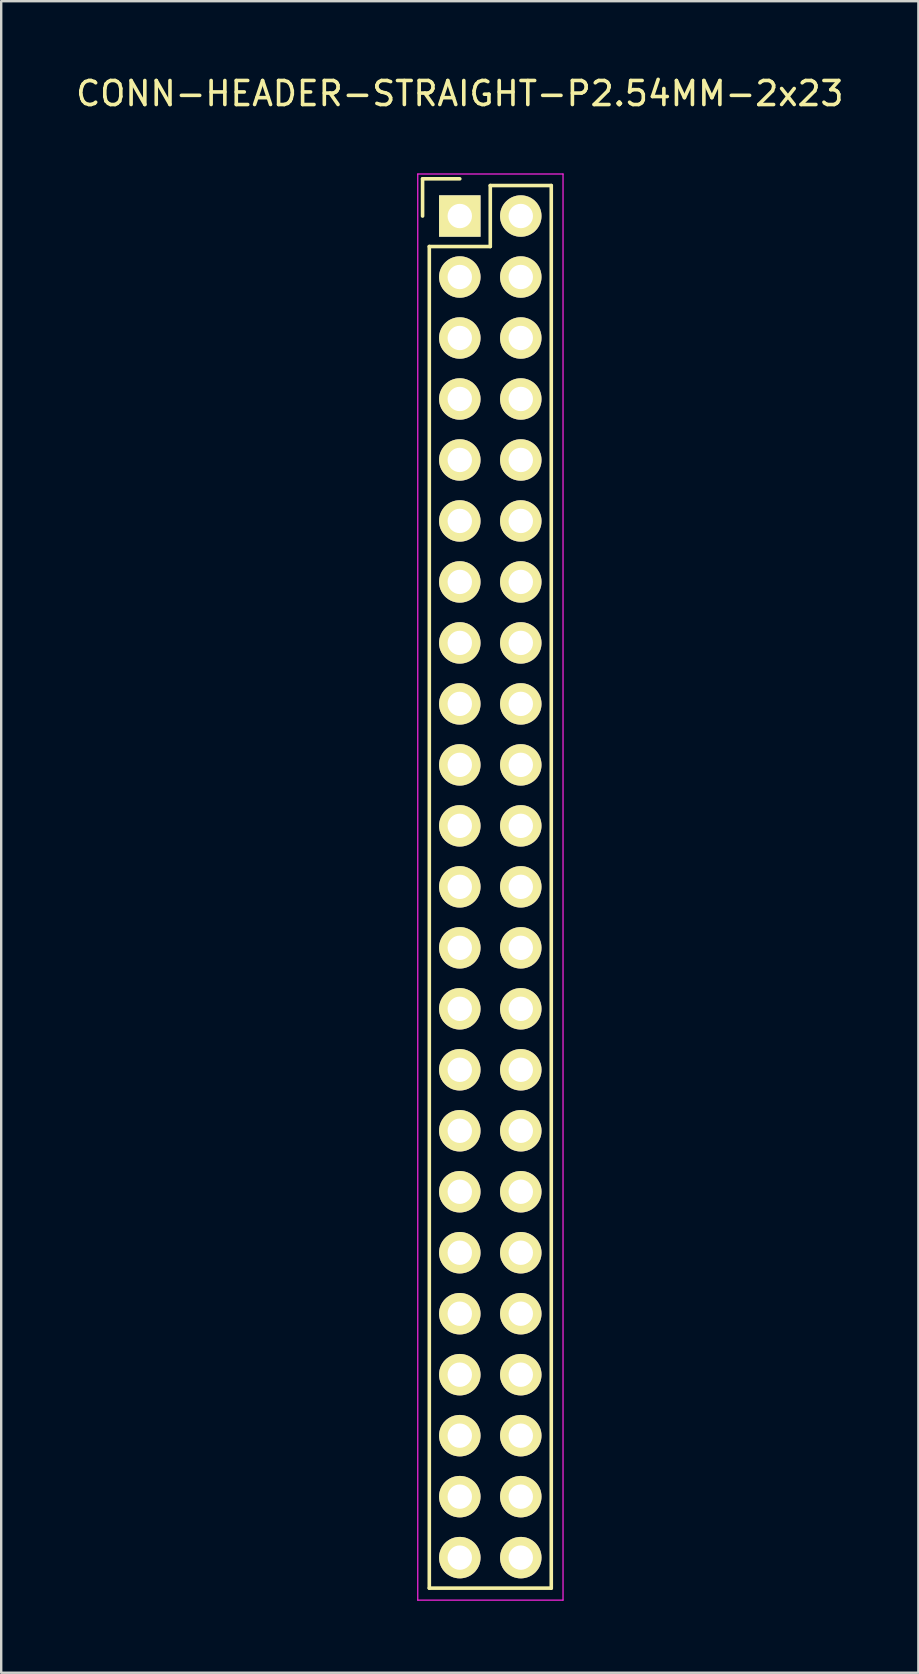
<source format=kicad_pcb>
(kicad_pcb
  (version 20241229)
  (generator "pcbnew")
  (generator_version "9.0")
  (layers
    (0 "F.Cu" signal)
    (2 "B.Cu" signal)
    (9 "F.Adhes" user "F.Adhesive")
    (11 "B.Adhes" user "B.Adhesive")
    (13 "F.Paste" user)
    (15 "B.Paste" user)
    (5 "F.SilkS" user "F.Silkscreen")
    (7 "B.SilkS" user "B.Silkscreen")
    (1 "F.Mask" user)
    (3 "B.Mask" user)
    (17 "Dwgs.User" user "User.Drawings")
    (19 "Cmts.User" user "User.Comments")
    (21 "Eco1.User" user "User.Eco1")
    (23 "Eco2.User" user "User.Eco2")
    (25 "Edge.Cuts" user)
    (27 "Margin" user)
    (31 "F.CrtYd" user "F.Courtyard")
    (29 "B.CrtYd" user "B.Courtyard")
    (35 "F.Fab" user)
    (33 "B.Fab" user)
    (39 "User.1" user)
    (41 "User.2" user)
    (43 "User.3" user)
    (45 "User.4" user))
  (footprint "CONN-HEADER-STRAIGHT-P2.54MM-2x23"
    (layer "F.Cu")
    (at 16.101 5.948)
    (property "Reference" "CONN-HEADER-STRAIGHT-P2.54MM-2x23" (at 0 -5.1 0) (layer "F.SilkS") (effects (font (size 1 1) (thickness 0.15))))
    (attr through_hole)
    (fp_line (start -1.55 -1.55) (end -1.55 0) (stroke (width 0.15) (type solid)) (layer "F.SilkS"))
    (fp_line (start -1.27 57.15) (end -1.27 1.27) (stroke (width 0.15) (type solid)) (layer "F.SilkS"))
    (fp_line (start 0 -1.55) (end -1.55 -1.55) (stroke (width 0.15) (type solid)) (layer "F.SilkS"))
    (fp_line (start 1.27 -1.27) (end 1.27 1.27) (stroke (width 0.15) (type solid)) (layer "F.SilkS"))
    (fp_line (start 1.27 1.27) (end -1.27 1.27) (stroke (width 0.15) (type solid)) (layer "F.SilkS"))
    (fp_line (start 3.81 -1.27) (end 1.27 -1.27) (stroke (width 0.15) (type solid)) (layer "F.SilkS"))
    (fp_line (start 3.81 57.15) (end -1.27 57.15) (stroke (width 0.15) (type solid)) (layer "F.SilkS"))
    (fp_line (start 3.81 57.15) (end 3.81 -1.27) (stroke (width 0.15) (type solid)) (layer "F.SilkS"))
    (fp_line (start -1.75 -1.75) (end -1.75 57.65) (stroke (width 0.05) (type solid)) (layer "F.CrtYd"))
    (fp_line (start -1.75 -1.75) (end 4.3 -1.75) (stroke (width 0.05) (type solid)) (layer "F.CrtYd"))
    (fp_line (start -1.75 57.65) (end 4.3 57.65) (stroke (width 0.05) (type solid)) (layer "F.CrtYd"))
    (fp_line (start 4.3 -1.75) (end 4.3 57.65) (stroke (width 0.05) (type solid)) (layer "F.CrtYd"))
    (pad "1" thru_hole rect (at 0 0) (size 1.727 1.727) (drill 1.016) (layers "*.Cu" "*.Mask" "F.SilkS"))
    (pad "2" thru_hole oval (at 2.54 0) (size 1.727 1.727) (drill 1.016) (layers "*.Cu" "*.Mask" "F.SilkS"))
    (pad "3" thru_hole oval (at 0 2.54) (size 1.727 1.727) (drill 1.016) (layers "*.Cu" "*.Mask" "F.SilkS"))
    (pad "4" thru_hole oval (at 2.54 2.54) (size 1.727 1.727) (drill 1.016) (layers "*.Cu" "*.Mask" "F.SilkS"))
    (pad "5" thru_hole oval (at 0 5.08) (size 1.727 1.727) (drill 1.016) (layers "*.Cu" "*.Mask" "F.SilkS"))
    (pad "6" thru_hole oval (at 2.54 5.08) (size 1.727 1.727) (drill 1.016) (layers "*.Cu" "*.Mask" "F.SilkS"))
    (pad "7" thru_hole oval (at 0 7.62) (size 1.727 1.727) (drill 1.016) (layers "*.Cu" "*.Mask" "F.SilkS"))
    (pad "8" thru_hole oval (at 2.54 7.62) (size 1.727 1.727) (drill 1.016) (layers "*.Cu" "*.Mask" "F.SilkS"))
    (pad "9" thru_hole oval (at 0 10.16) (size 1.727 1.727) (drill 1.016) (layers "*.Cu" "*.Mask" "F.SilkS"))
    (pad "10" thru_hole oval (at 2.54 10.16) (size 1.727 1.727) (drill 1.016) (layers "*.Cu" "*.Mask" "F.SilkS"))
    (pad "11" thru_hole oval (at 0 12.7) (size 1.727 1.727) (drill 1.016) (layers "*.Cu" "*.Mask" "F.SilkS"))
    (pad "12" thru_hole oval (at 2.54 12.7) (size 1.727 1.727) (drill 1.016) (layers "*.Cu" "*.Mask" "F.SilkS"))
    (pad "13" thru_hole oval (at 0 15.24) (size 1.727 1.727) (drill 1.016) (layers "*.Cu" "*.Mask" "F.SilkS"))
    (pad "14" thru_hole oval (at 2.54 15.24) (size 1.727 1.727) (drill 1.016) (layers "*.Cu" "*.Mask" "F.SilkS"))
    (pad "15" thru_hole oval (at 0 17.78) (size 1.727 1.727) (drill 1.016) (layers "*.Cu" "*.Mask" "F.SilkS"))
    (pad "16" thru_hole oval (at 2.54 17.78) (size 1.727 1.727) (drill 1.016) (layers "*.Cu" "*.Mask" "F.SilkS"))
    (pad "17" thru_hole oval (at 0 20.32) (size 1.727 1.727) (drill 1.016) (layers "*.Cu" "*.Mask" "F.SilkS"))
    (pad "18" thru_hole oval (at 2.54 20.32) (size 1.727 1.727) (drill 1.016) (layers "*.Cu" "*.Mask" "F.SilkS"))
    (pad "19" thru_hole oval (at 0 22.86) (size 1.727 1.727) (drill 1.016) (layers "*.Cu" "*.Mask" "F.SilkS"))
    (pad "20" thru_hole oval (at 2.54 22.86) (size 1.727 1.727) (drill 1.016) (layers "*.Cu" "*.Mask" "F.SilkS"))
    (pad "21" thru_hole oval (at 0 25.4) (size 1.727 1.727) (drill 1.016) (layers "*.Cu" "*.Mask" "F.SilkS"))
    (pad "22" thru_hole oval (at 2.54 25.4) (size 1.727 1.727) (drill 1.016) (layers "*.Cu" "*.Mask" "F.SilkS"))
    (pad "23" thru_hole oval (at 0 27.94) (size 1.727 1.727) (drill 1.016) (layers "*.Cu" "*.Mask" "F.SilkS"))
    (pad "24" thru_hole oval (at 2.54 27.94) (size 1.727 1.727) (drill 1.016) (layers "*.Cu" "*.Mask" "F.SilkS"))
    (pad "25" thru_hole oval (at 0 30.48) (size 1.727 1.727) (drill 1.016) (layers "*.Cu" "*.Mask" "F.SilkS"))
    (pad "26" thru_hole oval (at 2.54 30.48) (size 1.727 1.727) (drill 1.016) (layers "*.Cu" "*.Mask" "F.SilkS"))
    (pad "27" thru_hole oval (at 0 33.02) (size 1.727 1.727) (drill 1.016) (layers "*.Cu" "*.Mask" "F.SilkS"))
    (pad "28" thru_hole oval (at 2.54 33.02) (size 1.727 1.727) (drill 1.016) (layers "*.Cu" "*.Mask" "F.SilkS"))
    (pad "29" thru_hole oval (at 0 35.56) (size 1.727 1.727) (drill 1.016) (layers "*.Cu" "*.Mask" "F.SilkS"))
    (pad "30" thru_hole oval (at 2.54 35.56) (size 1.727 1.727) (drill 1.016) (layers "*.Cu" "*.Mask" "F.SilkS"))
    (pad "31" thru_hole oval (at 0 38.1) (size 1.727 1.727) (drill 1.016) (layers "*.Cu" "*.Mask" "F.SilkS"))
    (pad "32" thru_hole oval (at 2.54 38.1) (size 1.727 1.727) (drill 1.016) (layers "*.Cu" "*.Mask" "F.SilkS"))
    (pad "33" thru_hole oval (at 0 40.64) (size 1.727 1.727) (drill 1.016) (layers "*.Cu" "*.Mask" "F.SilkS"))
    (pad "34" thru_hole oval (at 2.54 40.64) (size 1.727 1.727) (drill 1.016) (layers "*.Cu" "*.Mask" "F.SilkS"))
    (pad "35" thru_hole oval (at 0 43.18) (size 1.727 1.727) (drill 1.016) (layers "*.Cu" "*.Mask" "F.SilkS"))
    (pad "36" thru_hole oval (at 2.54 43.18) (size 1.727 1.727) (drill 1.016) (layers "*.Cu" "*.Mask" "F.SilkS"))
    (pad "37" thru_hole oval (at 0 45.72) (size 1.727 1.727) (drill 1.016) (layers "*.Cu" "*.Mask" "F.SilkS"))
    (pad "38" thru_hole oval (at 2.54 45.72) (size 1.727 1.727) (drill 1.016) (layers "*.Cu" "*.Mask" "F.SilkS"))
    (pad "39" thru_hole oval (at 0 48.26) (size 1.727 1.727) (drill 1.016) (layers "*.Cu" "*.Mask" "F.SilkS"))
    (pad "40" thru_hole oval (at 2.54 48.26) (size 1.727 1.727) (drill 1.016) (layers "*.Cu" "*.Mask" "F.SilkS"))
    (pad "41" thru_hole oval (at 0 50.8) (size 1.727 1.727) (drill 1.016) (layers "*.Cu" "*.Mask" "F.SilkS"))
    (pad "42" thru_hole oval (at 2.54 50.8) (size 1.727 1.727) (drill 1.016) (layers "*.Cu" "*.Mask" "F.SilkS"))
    (pad "43" thru_hole oval (at 0 53.34) (size 1.727 1.727) (drill 1.016) (layers "*.Cu" "*.Mask" "F.SilkS"))
    (pad "44" thru_hole oval (at 2.54 53.34) (size 1.727 1.727) (drill 1.016) (layers "*.Cu" "*.Mask" "F.SilkS"))
    (pad "45" thru_hole oval (at 0 55.88) (size 1.727 1.727) (drill 1.016) (layers "*.Cu" "*.Mask" "F.SilkS"))
    (pad "46" thru_hole oval (at 2.54 55.88) (size 1.727 1.727) (drill 1.016) (layers "*.Cu" "*.Mask" "F.SilkS")))
  (gr_rect
    (start -3 -3)
    (end 35.202 66.623)
    (stroke (width 0.1) (type default))
    (fill no)
    (layer "Edge.Cuts")))
</source>
